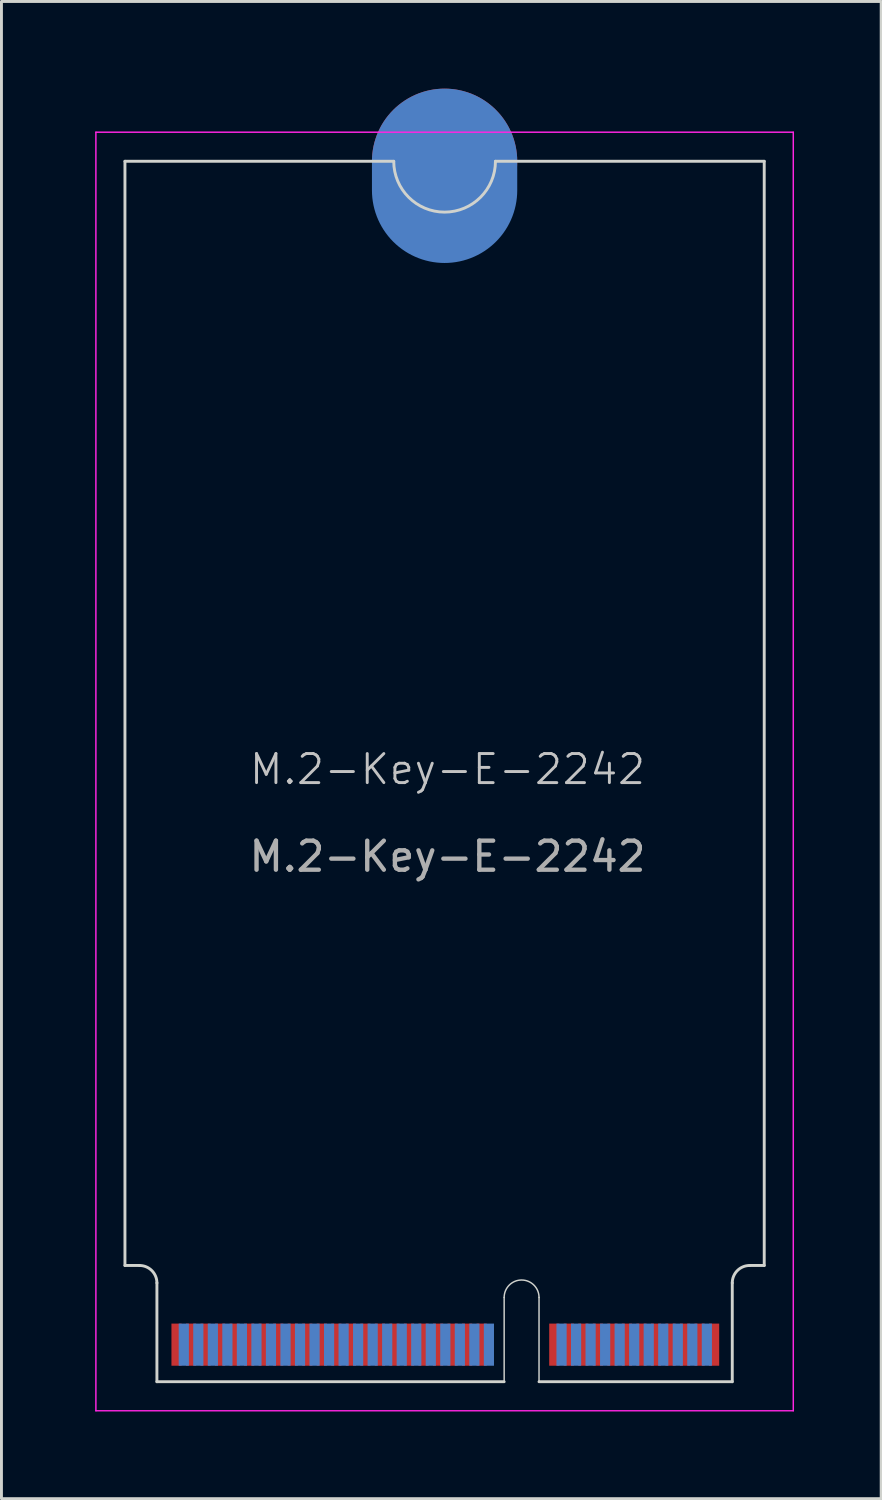
<source format=kicad_pcb>
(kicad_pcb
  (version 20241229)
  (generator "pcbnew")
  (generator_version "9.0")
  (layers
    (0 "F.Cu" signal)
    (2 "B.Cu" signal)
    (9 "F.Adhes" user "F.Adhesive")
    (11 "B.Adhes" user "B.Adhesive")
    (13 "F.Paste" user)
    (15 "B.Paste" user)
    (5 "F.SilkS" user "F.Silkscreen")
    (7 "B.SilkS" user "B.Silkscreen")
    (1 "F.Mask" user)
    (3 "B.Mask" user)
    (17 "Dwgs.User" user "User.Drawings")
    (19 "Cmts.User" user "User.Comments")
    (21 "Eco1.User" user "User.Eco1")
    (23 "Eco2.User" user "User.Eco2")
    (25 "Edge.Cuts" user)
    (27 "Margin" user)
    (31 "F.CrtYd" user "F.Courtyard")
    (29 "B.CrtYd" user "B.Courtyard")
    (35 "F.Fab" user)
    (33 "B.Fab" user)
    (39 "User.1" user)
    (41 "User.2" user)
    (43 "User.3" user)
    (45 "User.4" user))
  (footprint "M.2-Key-E-2242"
    (layer "F.Cu")
    (at 0.25 1.5)
    (property "Reference" "M.2-Key-E-2242" (at 12.1 21.925 0) (unlocked yes) (layer "Dwgs.User") (effects (font (size 1 1) (thickness 0.1))))
    (attr exclude_from_pos_files exclude_from_bom allow_missing_courtyard)
    (fp_line (start 1 1) (end 1 39) (stroke (width 0.1) (type default)) (layer "Edge.Cuts"))
    (fp_line (start 1 1) (end 10.25 1) (stroke (width 0.1) (type default)) (layer "Edge.Cuts"))
    (fp_line (start 1 39) (end 1.5 39) (stroke (width 0.1) (type default)) (layer "Edge.Cuts"))
    (fp_line (start 2.1 39.6) (end 2.1 43) (stroke (width 0.1) (type default)) (layer "Edge.Cuts"))
    (fp_line (start 2.1 43) (end 14.05 43) (stroke (width 0.1) (type default)) (layer "Edge.Cuts"))
    (fp_line (start 14.05 43) (end 14.05 40.1) (stroke (width 0.05) (type default)) (layer "Edge.Cuts"))
    (fp_line (start 15.25 40.1) (end 15.25 43) (stroke (width 0.05) (type default)) (layer "Edge.Cuts"))
    (fp_line (start 15.25 43) (end 21.9 43) (stroke (width 0.1) (type default)) (layer "Edge.Cuts"))
    (fp_line (start 21.9 39.6) (end 21.9 43) (stroke (width 0.1) (type default)) (layer "Edge.Cuts"))
    (fp_line (start 23 1) (end 13.75 1) (stroke (width 0.1) (type default)) (layer "Edge.Cuts"))
    (fp_line (start 23 1) (end 23 39) (stroke (width 0.1) (type default)) (layer "Edge.Cuts"))
    (fp_line (start 23 39) (end 22.5 39) (stroke (width 0.1) (type default)) (layer "Edge.Cuts"))
    (fp_arc (start 1.5 39) (mid 1.924264 39.175736) (end 2.1 39.6) (stroke (width 0.1) (type default)) (layer "Edge.Cuts"))
    (fp_arc (start 13.75 1) (mid 12 2.75) (end 10.25 1) (stroke (width 0.1) (type default)) (layer "Edge.Cuts"))
    (fp_arc (start 14.05 40.1) (mid 14.65 39.5) (end 15.25 40.1) (stroke (width 0.05) (type default)) (layer "Edge.Cuts"))
    (fp_arc (start 21.9 39.6) (mid 22.075736 39.175736) (end 22.5 39) (stroke (width 0.1) (type default)) (layer "Edge.Cuts"))
    (fp_line (start 0 0) (end 0 44) (stroke (width 0.05) (type default)) (layer "F.CrtYd"))
    (fp_line (start 0 44) (end 24 44) (stroke (width 0.05) (type default)) (layer "F.CrtYd"))
    (fp_line (start 24 0) (end 0 0) (stroke (width 0.05) (type default)) (layer "F.CrtYd"))
    (fp_line (start 24 44) (end 24 0) (stroke (width 0.05) (type default)) (layer "F.CrtYd"))
    (fp_text user "${REFERENCE}" (at 12.1 24.925 0) (unlocked yes) (layer "F.Fab") (effects (font (size 1 1) (thickness 0.15))))
    (pad "1" connect rect (at 21.275 41.725) (size 0.35 1.45) (layers "F.Cu" "F.Mask"))
    (pad "2" connect rect (at 21.025 41.725) (size 0.35 1.45) (layers "B.Cu" "B.Mask"))
    (pad "3" connect rect (at 20.775 41.725) (size 0.35 1.45) (layers "F.Cu" "F.Mask"))
    (pad "4" connect rect (at 20.525 41.725) (size 0.35 1.45) (layers "B.Cu" "B.Mask"))
    (pad "5" connect rect (at 20.275 41.725) (size 0.35 1.45) (layers "F.Cu" "F.Mask"))
    (pad "6" connect rect (at 20.025 41.725) (size 0.35 1.45) (layers "B.Cu" "B.Mask"))
    (pad "7" connect rect (at 19.775 41.725) (size 0.35 1.45) (layers "F.Cu" "F.Mask"))
    (pad "8" connect rect (at 19.525 41.725) (size 0.35 1.45) (layers "B.Cu" "B.Mask"))
    (pad "9" connect rect (at 19.275 41.725) (size 0.35 1.45) (layers "F.Cu" "F.Mask"))
    (pad "10" connect rect (at 19.025 41.725) (size 0.35 1.45) (layers "B.Cu" "B.Mask"))
    (pad "11" connect rect (at 18.775 41.725) (size 0.35 1.45) (layers "F.Cu" "F.Mask"))
    (pad "12" connect rect (at 18.525 41.725) (size 0.35 1.45) (layers "B.Cu" "B.Mask"))
    (pad "13" connect rect (at 18.275 41.725) (size 0.35 1.45) (layers "F.Cu" "F.Mask"))
    (pad "14" connect rect (at 18.025 41.725) (size 0.35 1.45) (layers "B.Cu" "B.Mask"))
    (pad "15" connect rect (at 17.775 41.725) (size 0.35 1.45) (layers "F.Cu" "F.Mask"))
    (pad "16" connect rect (at 17.525 41.725) (size 0.35 1.45) (layers "B.Cu" "B.Mask"))
    (pad "17" connect rect (at 17.275 41.725) (size 0.35 1.45) (layers "F.Cu" "F.Mask"))
    (pad "18" connect rect (at 17.025 41.725) (size 0.35 1.45) (layers "B.Cu" "B.Mask"))
    (pad "19" connect rect (at 16.775 41.725) (size 0.35 1.45) (layers "F.Cu" "F.Mask"))
    (pad "20" connect rect (at 16.525 41.725) (size 0.35 1.45) (layers "B.Cu" "B.Mask"))
    (pad "21" connect rect (at 16.275 41.725) (size 0.35 1.45) (layers "F.Cu" "F.Mask"))
    (pad "22" connect rect (at 16.025 41.725) (size 0.35 1.45) (layers "B.Cu" "B.Mask"))
    (pad "23" connect rect (at 15.775 41.725) (size 0.35 1.45) (layers "F.Cu" "F.Mask"))
    (pad "32" connect rect (at 13.525 41.725) (size 0.35 1.45) (layers "B.Cu" "B.Mask"))
    (pad "33" connect rect (at 13.275 41.725) (size 0.35 1.45) (layers "F.Cu" "F.Mask"))
    (pad "34" connect rect (at 13.025 41.725) (size 0.35 1.45) (layers "B.Cu" "B.Mask"))
    (pad "35" connect rect (at 12.775 41.725) (size 0.35 1.45) (layers "F.Cu" "F.Mask"))
    (pad "36" connect rect (at 12.525 41.725) (size 0.35 1.45) (layers "B.Cu" "B.Mask"))
    (pad "37" connect rect (at 12.275 41.725) (size 0.35 1.45) (layers "F.Cu" "F.Mask"))
    (pad "38" connect rect (at 12.025 41.725) (size 0.35 1.45) (layers "B.Cu" "B.Mask"))
    (pad "39" connect rect (at 11.775 41.725) (size 0.35 1.45) (layers "F.Cu" "F.Mask"))
    (pad "40" connect rect (at 11.525 41.725) (size 0.35 1.45) (layers "B.Cu" "B.Mask"))
    (pad "41" connect rect (at 11.275 41.725) (size 0.35 1.45) (layers "F.Cu" "F.Mask"))
    (pad "42" connect rect (at 11.025 41.725) (size 0.35 1.45) (layers "B.Cu" "B.Mask"))
    (pad "43" connect rect (at 10.775 41.725) (size 0.35 1.45) (layers "F.Cu" "F.Mask"))
    (pad "44" connect rect (at 10.525 41.725) (size 0.35 1.45) (layers "B.Cu" "B.Mask"))
    (pad "45" connect rect (at 10.275 41.725) (size 0.35 1.45) (layers "F.Cu" "F.Mask"))
    (pad "46" connect rect (at 10.025 41.725) (size 0.35 1.45) (layers "B.Cu" "B.Mask"))
    (pad "47" connect rect (at 9.775 41.725) (size 0.35 1.45) (layers "F.Cu" "F.Mask"))
    (pad "48" connect rect (at 9.525 41.725) (size 0.35 1.45) (layers "B.Cu" "B.Mask"))
    (pad "49" connect rect (at 9.275 41.725) (size 0.35 1.45) (layers "F.Cu" "F.Mask"))
    (pad "50" connect rect (at 9.025 41.725) (size 0.35 1.45) (layers "B.Cu" "B.Mask"))
    (pad "51" connect rect (at 8.775 41.725) (size 0.35 1.45) (layers "F.Cu" "F.Mask"))
    (pad "52" connect rect (at 8.525 41.725) (size 0.35 1.45) (layers "B.Cu" "B.Mask"))
    (pad "53" connect rect (at 8.275 41.725) (size 0.35 1.45) (layers "F.Cu" "F.Mask"))
    (pad "54" connect rect (at 8.025 41.725) (size 0.35 1.45) (layers "B.Cu" "B.Mask"))
    (pad "55" connect rect (at 7.775 41.725) (size 0.35 1.45) (layers "F.Cu" "F.Mask"))
    (pad "56" connect rect (at 7.525 41.725) (size 0.35 1.45) (layers "B.Cu" "B.Mask"))
    (pad "57" connect rect (at 7.275 41.725) (size 0.35 1.45) (layers "F.Cu" "F.Mask"))
    (pad "58" connect rect (at 7.025 41.725) (size 0.35 1.45) (layers "B.Cu" "B.Mask"))
    (pad "59" connect rect (at 6.775 41.725) (size 0.35 1.45) (layers "F.Cu" "F.Mask"))
    (pad "60" connect rect (at 6.525 41.725) (size 0.35 1.45) (layers "B.Cu" "B.Mask"))
    (pad "61" connect rect (at 6.275 41.725) (size 0.35 1.45) (layers "F.Cu" "F.Mask"))
    (pad "62" connect rect (at 6.025 41.725) (size 0.35 1.45) (layers "B.Cu" "B.Mask"))
    (pad "63" connect rect (at 5.775 41.725) (size 0.35 1.45) (layers "F.Cu" "F.Mask"))
    (pad "64" connect rect (at 5.525 41.725) (size 0.35 1.45) (layers "B.Cu" "B.Mask"))
    (pad "65" connect rect (at 5.275 41.725) (size 0.35 1.45) (layers "F.Cu" "F.Mask"))
    (pad "66" connect rect (at 5.025 41.725) (size 0.35 1.45) (layers "B.Cu" "B.Mask"))
    (pad "67" connect rect (at 4.775 41.725) (size 0.35 1.45) (layers "F.Cu" "F.Mask"))
    (pad "68" connect rect (at 4.525 41.725) (size 0.35 1.45) (layers "B.Cu" "B.Mask"))
    (pad "69" connect rect (at 4.275 41.725) (size 0.35 1.45) (layers "F.Cu" "F.Mask"))
    (pad "70" connect rect (at 4.025 41.725) (size 0.35 1.45) (layers "B.Cu" "B.Mask"))
    (pad "71" connect rect (at 3.775 41.725) (size 0.35 1.45) (layers "F.Cu" "F.Mask"))
    (pad "72" connect rect (at 3.525 41.725) (size 0.35 1.45) (layers "B.Cu" "B.Mask"))
    (pad "73" connect rect (at 3.275 41.725) (size 0.35 1.45) (layers "F.Cu" "F.Mask"))
    (pad "74" connect rect (at 3.025 41.725) (size 0.35 1.45) (layers "B.Cu" "B.Mask"))
    (pad "75" connect rect (at 2.775 41.725) (size 0.35 1.45) (layers "F.Cu" "F.Mask"))
    (pad "76" connect circle (at 12 1) (size 5 5) (layers "F.Cu" "F.Mask"))
    (pad "76" connect oval (at 12 1.5) (size 5 6) (layers "B.Cu" "B.Mask"))
    (zone (net_name "") (layer "F.Cu") (name "TOP COMPONENT KEEPOUT") (hatch edge 0.5) (connect_pads) (min_thickness 0.25) (filled_areas_thickness no) (keepout (tracks allowed) (vias allowed) (pads allowed) (copperpour allowed) (footprints not_allowed)) (placement (enabled no)) (fill) (polygon (pts (xy 2.35 44.5) (xy 2.35 40.5) (xy 22.15 40.5) (xy 22.15 44.5)))))
  (gr_rect
    (start -3 -3)
    (end 27.275 48.525)
    (stroke (width 0.1) (type default))
    (fill no)
    (layer "Edge.Cuts")))
</source>
